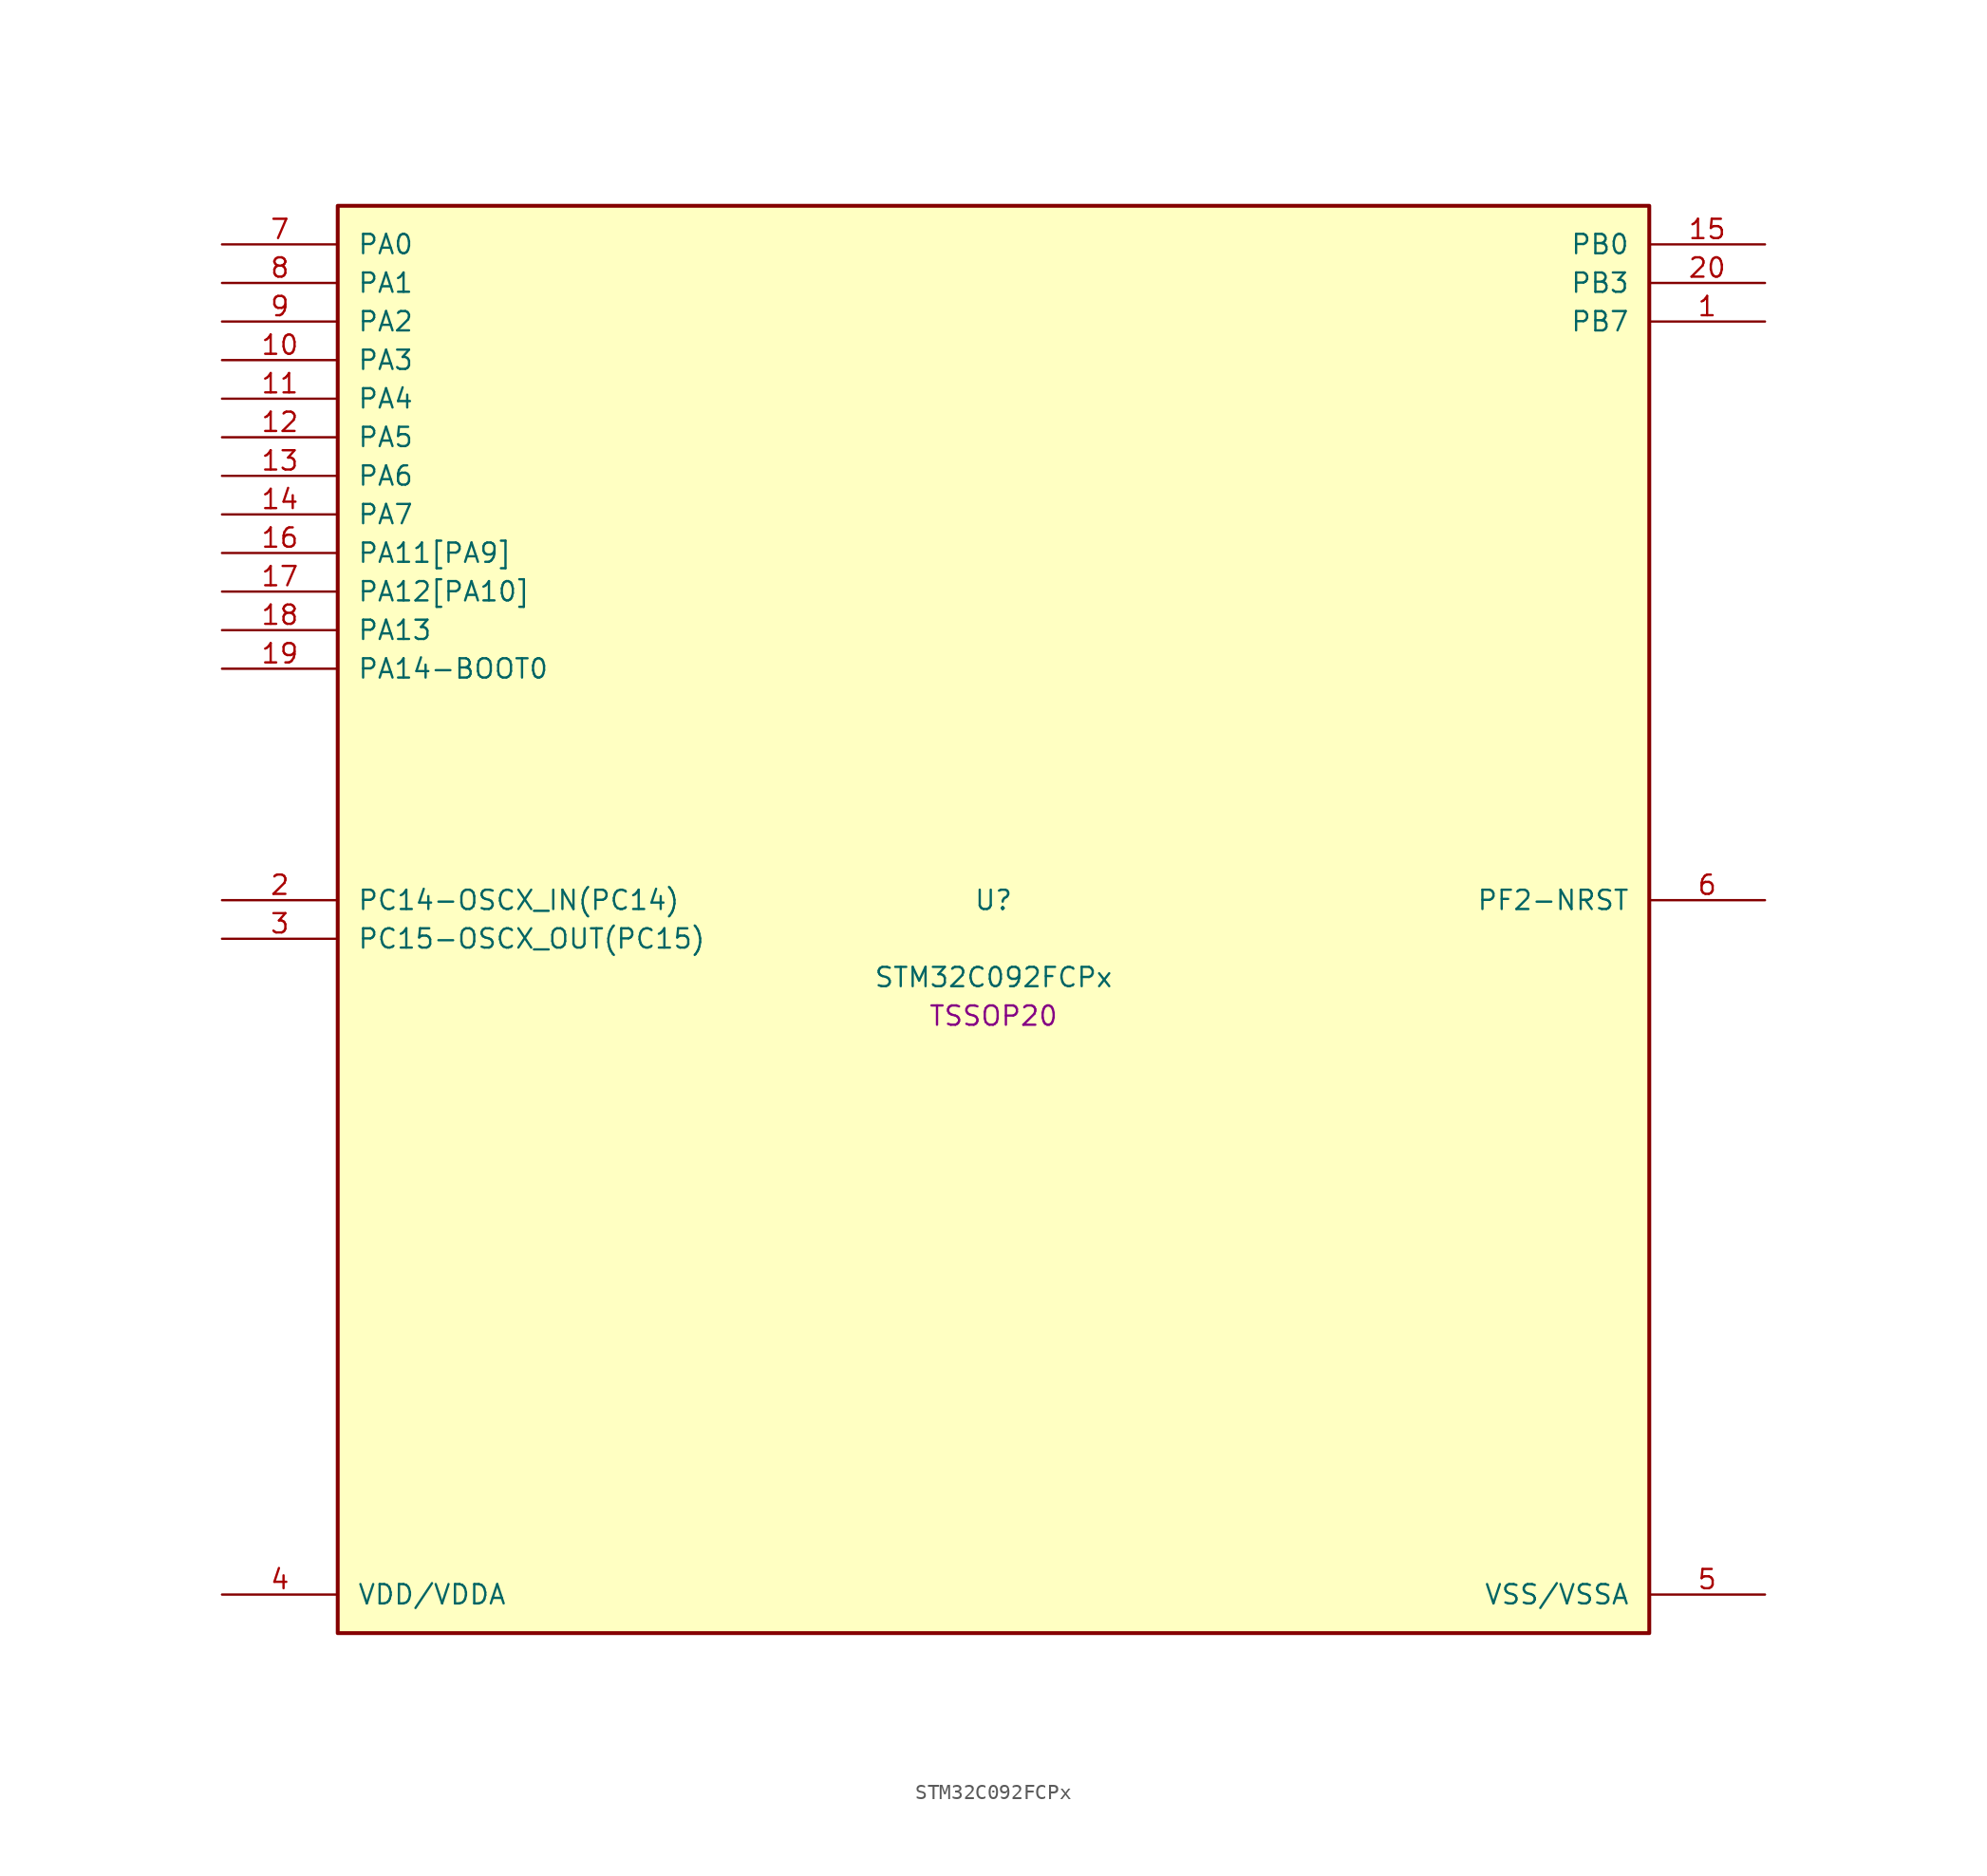
<source format=kicad_sym>
(kicad_symbol_lib
  (version 20241209)
  (generator "stm32_pkl_generator")
  (generator_version "1.0")
  (symbol "STM32C092FCPx"
    (pin_names
      (offset 1.27))
    (property "Reference" "U"
      (at 0 2.54 0))
    (property "Value" "STM32C092FCPx"
      (at 0 -2.54 0))
    (property "Footprint" "TSSOP20"
      (at 0 -5.08 0))
    (symbol "STM32C092FCPx_1_1"
      (rectangle (start -43.18 48.26) (end 43.18 -45.72) (stroke (width 0.254) (type solid)) (fill (type background)))
      (pin bidirectional line (at -50.8 45.72 0) (length 7.62) (name "PA0") (number "7") (alternate "PA0/ADC1_IN0" bidirectional line) (alternate "PA0/PWR_WKUP1" bidirectional line) (alternate "PA0/SPI2_SCK" bidirectional line) (alternate "PA0/TIM16_CH1" bidirectional line) (alternate "PA0/TIM1_CH1" bidirectional line) (alternate "PA0/TIM2_CH1" bidirectional line) (alternate "PA0/TIM2_ETR" bidirectional line) (alternate "PA0/USART1_TX" bidirectional line) (alternate "PA0/USART2_CTS" bidirectional line) (alternate "PA0/USART2_NSS" bidirectional line) (alternate "PA0/USART4_TX" bidirectional line))
      (pin bidirectional line (at -50.8 43.18 0) (length 7.62) (name "PA1") (number "8") (alternate "PA1/ADC1_IN1" bidirectional line) (alternate "PA1/I2C1_SMBA" bidirectional line) (alternate "PA1/I2S1_CK" bidirectional line) (alternate "PA1/SPI1_SCK" bidirectional line) (alternate "PA1/TIM15_CH1N" bidirectional line) (alternate "PA1/TIM17_CH1" bidirectional line) (alternate "PA1/TIM1_CH2" bidirectional line) (alternate "PA1/TIM2_CH2" bidirectional line) (alternate "PA1/USART1_RX" bidirectional line) (alternate "PA1/USART2_CK" bidirectional line) (alternate "PA1/USART2_DE" bidirectional line) (alternate "PA1/USART2_RTS" bidirectional line) (alternate "PA1/USART4_RX" bidirectional line))
      (pin bidirectional line (at -50.8 40.64 0) (length 7.62) (name "PA2") (number "9") (alternate "PA2/ADC1_IN2" bidirectional line) (alternate "PA2/I2S1_SD" bidirectional line) (alternate "PA2/PWR_WKUP4" bidirectional line) (alternate "PA2/RCC_LSCO" bidirectional line) (alternate "PA2/SPI1_MOSI" bidirectional line) (alternate "PA2/TIM15_CH1" bidirectional line) (alternate "PA2/TIM16_CH1N" bidirectional line) (alternate "PA2/TIM1_CH3" bidirectional line) (alternate "PA2/TIM2_CH3" bidirectional line) (alternate "PA2/TIM3_ETR" bidirectional line) (alternate "PA2/USART2_TX" bidirectional line))
      (pin bidirectional line (at -50.8 38.1 0) (length 7.62) (name "PA3") (number "10") (alternate "PA3/ADC1_IN3" bidirectional line) (alternate "PA3/SPI2_MISO" bidirectional line) (alternate "PA3/TIM15_CH2" bidirectional line) (alternate "PA3/TIM1_CH1N" bidirectional line) (alternate "PA3/TIM1_CH4" bidirectional line) (alternate "PA3/TIM2_CH4" bidirectional line) (alternate "PA3/USART2_RX" bidirectional line))
      (pin bidirectional line (at -50.8 35.56 0) (length 7.62) (name "PA4") (number "11") (alternate "PA4/ADC1_IN4" bidirectional line) (alternate "PA4/I2S1_WS" bidirectional line) (alternate "PA4/PWR_WKUP2" bidirectional line) (alternate "PA4/RTC_OUT1" bidirectional line) (alternate "PA4/RTC_TS" bidirectional line) (alternate "PA4/SPI1_NSS" bidirectional line) (alternate "PA4/SPI2_MOSI" bidirectional line) (alternate "PA4/TIM14_CH1" bidirectional line) (alternate "PA4/TIM17_CH1N" bidirectional line) (alternate "PA4/TIM1_CH2N" bidirectional line) (alternate "PA4/USART2_TX" bidirectional line))
      (pin bidirectional line (at -50.8 33.02 0) (length 7.62) (name "PA5") (number "12") (alternate "PA5/ADC1_IN5" bidirectional line) (alternate "PA5/I2S1_CK" bidirectional line) (alternate "PA5/SPI1_SCK" bidirectional line) (alternate "PA5/TIM1_CH1" bidirectional line) (alternate "PA5/TIM1_CH3N" bidirectional line) (alternate "PA5/TIM2_CH1" bidirectional line) (alternate "PA5/TIM2_ETR" bidirectional line) (alternate "PA5/USART2_RX" bidirectional line) (alternate "PA5/USART3_TX" bidirectional line))
      (pin bidirectional line (at -50.8 30.48 0) (length 7.62) (name "PA6") (number "13") (alternate "PA6/ADC1_IN6" bidirectional line) (alternate "PA6/I2C2_SDA" bidirectional line) (alternate "PA6/I2S1_MCK" bidirectional line) (alternate "PA6/SPI1_MISO" bidirectional line) (alternate "PA6/TIM16_CH1" bidirectional line) (alternate "PA6/TIM1_BKIN" bidirectional line) (alternate "PA6/TIM3_CH1" bidirectional line) (alternate "PA6/USART3_CTS" bidirectional line) (alternate "PA6/USART3_NSS" bidirectional line))
      (pin bidirectional line (at -50.8 27.94 0) (length 7.62) (name "PA7") (number "14") (alternate "PA7/ADC1_IN7" bidirectional line) (alternate "PA7/I2C2_SCL" bidirectional line) (alternate "PA7/I2S1_SD" bidirectional line) (alternate "PA7/SPI1_MOSI" bidirectional line) (alternate "PA7/TIM14_CH1" bidirectional line) (alternate "PA7/TIM17_CH1" bidirectional line) (alternate "PA7/TIM1_CH1N" bidirectional line) (alternate "PA7/TIM3_CH2" bidirectional line))
      (pin bidirectional line (at -50.8 25.4 0) (length 7.62) (name "PA11[PA9]") (number "16") (alternate "PA11[PA9]/ADC1_EXTI11" bidirectional line) (alternate "PA11[PA9]/FDCAN1_RX" bidirectional line) (alternate "PA11[PA9]/I2C2_SCL" bidirectional line) (alternate "PA11[PA9]/I2S1_MCK" bidirectional line) (alternate "PA11[PA9]/SPI1_MISO" bidirectional line) (alternate "PA11[PA9]/TIM1_BKIN2" bidirectional line) (alternate "PA11[PA9]/TIM1_CH4" bidirectional line) (alternate "PA11[PA9]/USART1_CTS" bidirectional line) (alternate "PA11[PA9]/USART1_NSS" bidirectional line) (alternate "PA11[PA9]/PA9[PA11]" bidirectional line) (alternate "PA11[PA9]/I2C1_SCL" bidirectional line) (alternate "PA11[PA9]/RCC_MCO" bidirectional line) (alternate "PA11[PA9]/SPI2_MISO" bidirectional line) (alternate "PA11[PA9]/TIM15_BKIN" bidirectional line) (alternate "PA11[PA9]/TIM1_CH2" bidirectional line) (alternate "PA11[PA9]/TIM3_ETR" bidirectional line) (alternate "PA11[PA9]/USART1_TX" bidirectional line))
      (pin bidirectional line (at -50.8 22.86 0) (length 7.62) (name "PA12[PA10]") (number "17") (alternate "PA12[PA10]/FDCAN1_TX" bidirectional line) (alternate "PA12[PA10]/I2C2_SDA" bidirectional line) (alternate "PA12[PA10]/I2S1_SD" bidirectional line) (alternate "PA12[PA10]/I2S_CKIN" bidirectional line) (alternate "PA12[PA10]/SPI1_MOSI" bidirectional line) (alternate "PA12[PA10]/TIM1_ETR" bidirectional line) (alternate "PA12[PA10]/USART1_CK" bidirectional line) (alternate "PA12[PA10]/USART1_DE" bidirectional line) (alternate "PA12[PA10]/USART1_RTS" bidirectional line) (alternate "PA12[PA10]/PA10[PA12]" bidirectional line) (alternate "PA12[PA10]/I2C1_SDA" bidirectional line) (alternate "PA12[PA10]/RCC_MCO_2" bidirectional line) (alternate "PA12[PA10]/SPI2_MOSI" bidirectional line) (alternate "PA12[PA10]/TIM17_BKIN" bidirectional line) (alternate "PA12[PA10]/TIM1_CH3" bidirectional line) (alternate "PA12[PA10]/USART1_RX" bidirectional line))
      (pin bidirectional line (at -50.8 20.32 0) (length 7.62) (name "PA13") (number "18") (alternate "PA13/ADC1_IN13" bidirectional line) (alternate "PA13/DEBUG_SWDIO" bidirectional line) (alternate "PA13/IR_OUT" bidirectional line) (alternate "PA13/TIM3_ETR" bidirectional line) (alternate "PA13/USART2_RX" bidirectional line))
      (pin bidirectional line (at -50.8 17.78 0) (length 7.62) (name "PA14-BOOT0") (number "19") (alternate "PA14-BOOT0/ADC1_IN14" bidirectional line) (alternate "PA14-BOOT0/BOOT0" bidirectional line) (alternate "PA14-BOOT0/DEBUG_SWCLK" bidirectional line) (alternate "PA14-BOOT0/I2S1_WS" bidirectional line) (alternate "PA14-BOOT0/RCC_MCO_2" bidirectional line) (alternate "PA14-BOOT0/SPI1_NSS" bidirectional line) (alternate "PA14-BOOT0/TIM1_CH1" bidirectional line) (alternate "PA14-BOOT0/USART1_CK" bidirectional line) (alternate "PA14-BOOT0/USART1_DE" bidirectional line) (alternate "PA14-BOOT0/USART1_RTS" bidirectional line) (alternate "PA14-BOOT0/USART2_RX" bidirectional line) (alternate "PA14-BOOT0/USART2_TX" bidirectional line) (alternate "PA14-BOOT0/PA15" bidirectional line) (alternate "PA14-BOOT0/TIM2_CH1" bidirectional line) (alternate "PA14-BOOT0/TIM2_ETR" bidirectional line) (alternate "PA14-BOOT0/USART3_CK" bidirectional line) (alternate "PA14-BOOT0/USART3_DE" bidirectional line) (alternate "PA14-BOOT0/USART3_RTS" bidirectional line) (alternate "PA14-BOOT0/USART4_CK" bidirectional line) (alternate "PA14-BOOT0/USART4_DE" bidirectional line) (alternate "PA14-BOOT0/USART4_RTS" bidirectional line))
      (pin bidirectional line (at 50.8 45.72 180) (length 7.62) (name "PB0") (number "15") (alternate "PB0/ADC1_IN17" bidirectional line) (alternate "PB0/FDCAN1_RX" bidirectional line) (alternate "PB0/I2S1_WS" bidirectional line) (alternate "PB0/SPI1_NSS" bidirectional line) (alternate "PB0/TIM1_CH2N" bidirectional line) (alternate "PB0/TIM3_CH3" bidirectional line) (alternate "PB0/USART3_RX" bidirectional line) (alternate "PB0/PB1" bidirectional line) (alternate "PB0/ADC1_IN18" bidirectional line) (alternate "PB0/FDCAN1_TX" bidirectional line) (alternate "PB0/TIM14_CH1" bidirectional line) (alternate "PB0/TIM1_CH3N" bidirectional line) (alternate "PB0/TIM3_CH4" bidirectional line) (alternate "PB0/USART3_CK" bidirectional line) (alternate "PB0/USART3_DE" bidirectional line) (alternate "PB0/USART3_RTS" bidirectional line) (alternate "PB0/PB2" bidirectional line) (alternate "PB0/ADC1_IN19" bidirectional line) (alternate "PB0/RCC_MCO_2" bidirectional line) (alternate "PB0/SPI2_MISO" bidirectional line) (alternate "PB0/USART1_RX" bidirectional line) (alternate "PB0/USART3_TX" bidirectional line) (alternate "PB0/PA8" bidirectional line) (alternate "PB0/ADC1_IN8" bidirectional line) (alternate "PB0/RCC_MCO" bidirectional line) (alternate "PB0/SPI2_NSS" bidirectional line) (alternate "PB0/TIM1_CH1" bidirectional line) (alternate "PB0/USART2_TX" bidirectional line))
      (pin bidirectional line (at 50.8 43.18 180) (length 7.62) (name "PB3") (number "20") (alternate "PB3/I2C2_SCL" bidirectional line) (alternate "PB3/I2S1_CK" bidirectional line) (alternate "PB3/SPI1_SCK" bidirectional line) (alternate "PB3/TIM1_CH2" bidirectional line) (alternate "PB3/TIM2_CH2" bidirectional line) (alternate "PB3/TIM3_CH2" bidirectional line) (alternate "PB3/USART1_CK" bidirectional line) (alternate "PB3/USART1_DE" bidirectional line) (alternate "PB3/USART1_RTS" bidirectional line) (alternate "PB3/PB4" bidirectional line) (alternate "PB3/I2C2_SDA" bidirectional line) (alternate "PB3/I2S1_MCK" bidirectional line) (alternate "PB3/SPI1_MISO" bidirectional line) (alternate "PB3/TIM17_BKIN" bidirectional line) (alternate "PB3/TIM3_CH1" bidirectional line) (alternate "PB3/USART1_CTS" bidirectional line) (alternate "PB3/USART1_NSS" bidirectional line) (alternate "PB3/PB5" bidirectional line) (alternate "PB3/FDCAN1_RX" bidirectional line) (alternate "PB3/I2C1_SMBA" bidirectional line) (alternate "PB3/I2S1_SD" bidirectional line) (alternate "PB3/PWR_WKUP6" bidirectional line) (alternate "PB3/SPI1_MOSI" bidirectional line) (alternate "PB3/TIM16_BKIN" bidirectional line) (alternate "PB3/TIM3_CH3" bidirectional line) (alternate "PB3/PB6" bidirectional line) (alternate "PB3/FDCAN1_TX" bidirectional line) (alternate "PB3/I2C1_SCL" bidirectional line) (alternate "PB3/PWR_WKUP3" bidirectional line) (alternate "PB3/SPI2_MISO" bidirectional line) (alternate "PB3/TIM16_CH1N" bidirectional line) (alternate "PB3/TIM1_CH3" bidirectional line) (alternate "PB3/USART1_TX" bidirectional line))
      (pin bidirectional line (at 50.8 40.64 180) (length 7.62) (name "PB7") (number "1") (alternate "PB7/I2C1_SCL" bidirectional line) (alternate "PB7/I2C1_SDA" bidirectional line) (alternate "PB7/RTC_REFIN" bidirectional line) (alternate "PB7/SPI2_MOSI" bidirectional line) (alternate "PB7/TIM16_CH1" bidirectional line) (alternate "PB7/TIM17_CH1N" bidirectional line) (alternate "PB7/TIM1_CH4" bidirectional line) (alternate "PB7/TIM3_CH1" bidirectional line) (alternate "PB7/TIM3_CH4" bidirectional line) (alternate "PB7/USART1_RX" bidirectional line) (alternate "PB7/USART2_CTS" bidirectional line) (alternate "PB7/USART2_NSS" bidirectional line) (alternate "PB7/USART4_CTS" bidirectional line) (alternate "PB7/USART4_NSS" bidirectional line) (alternate "PB7/PB8" bidirectional line) (alternate "PB7/FDCAN1_RX" bidirectional line) (alternate "PB7/SPI2_SCK" bidirectional line) (alternate "PB7/TIM15_BKIN" bidirectional line) (alternate "PB7/USART3_TX" bidirectional line))
      (pin bidirectional line (at -50.8 2.54 0) (length 7.62) (name "PC14-OSCX_IN(PC14)") (number "2") (alternate "PC14-OSCX_IN(PC14)/FDCAN1_TX" bidirectional line) (alternate "PC14-OSCX_IN(PC14)/I2C1_SDA" bidirectional line) (alternate "PC14-OSCX_IN(PC14)/IR_OUT" bidirectional line) (alternate "PC14-OSCX_IN(PC14)/RCC_OSCX_IN" bidirectional line) (alternate "PC14-OSCX_IN(PC14)/SPI2_NSS" bidirectional line) (alternate "PC14-OSCX_IN(PC14)/TIM17_CH1" bidirectional line) (alternate "PC14-OSCX_IN(PC14)/TIM1_BKIN2" bidirectional line) (alternate "PC14-OSCX_IN(PC14)/TIM1_ETR" bidirectional line) (alternate "PC14-OSCX_IN(PC14)/TIM3_CH2" bidirectional line) (alternate "PC14-OSCX_IN(PC14)/USART1_TX" bidirectional line) (alternate "PC14-OSCX_IN(PC14)/USART2_CK" bidirectional line) (alternate "PC14-OSCX_IN(PC14)/USART2_DE" bidirectional line) (alternate "PC14-OSCX_IN(PC14)/USART2_RTS" bidirectional line) (alternate "PC14-OSCX_IN(PC14)/USART3_TX" bidirectional line))
      (pin bidirectional line (at -50.8 0 0) (length 7.62) (name "PC15-OSCX_OUT(PC15)") (number "3") (alternate "PC15-OSCX_OUT(PC15)/RCC_OSC32_EN" bidirectional line) (alternate "PC15-OSCX_OUT(PC15)/RCC_OSCX_OUT" bidirectional line) (alternate "PC15-OSCX_OUT(PC15)/RCC_OSC_EN" bidirectional line) (alternate "PC15-OSCX_OUT(PC15)/TIM15_BKIN" bidirectional line) (alternate "PC15-OSCX_OUT(PC15)/TIM1_ETR" bidirectional line) (alternate "PC15-OSCX_OUT(PC15)/TIM3_CH3" bidirectional line))
      (pin bidirectional line (at 50.8 2.54 180) (length 7.62) (name "PF2-NRST") (number "6") (alternate "PF2-NRST/RCC_MCO" bidirectional line) (alternate "PF2-NRST/TIM1_CH4" bidirectional line))
      (pin power_in line (at -50.8 -43.18 0) (length 7.62) (name "VDD/VDDA") (number "4"))
      (pin power_in line (at 50.8 -43.18 180) (length 7.62) (name "VSS/VSSA") (number "5")))))
</source>
